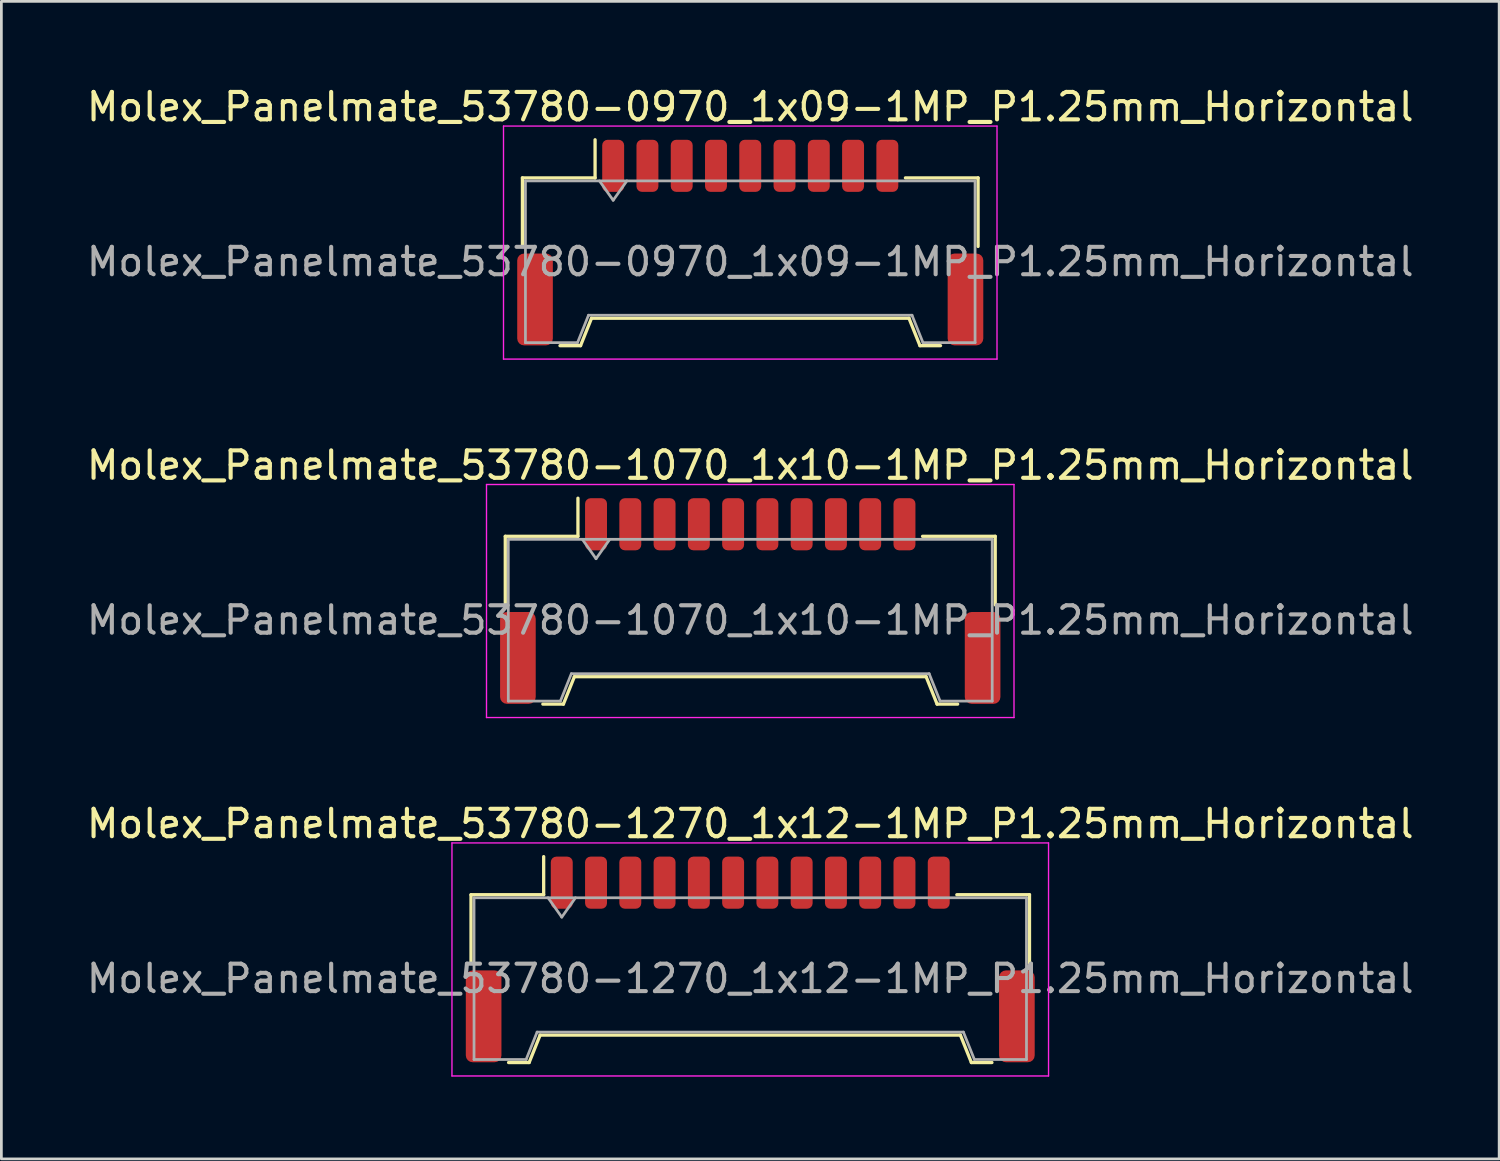
<source format=kicad_pcb>
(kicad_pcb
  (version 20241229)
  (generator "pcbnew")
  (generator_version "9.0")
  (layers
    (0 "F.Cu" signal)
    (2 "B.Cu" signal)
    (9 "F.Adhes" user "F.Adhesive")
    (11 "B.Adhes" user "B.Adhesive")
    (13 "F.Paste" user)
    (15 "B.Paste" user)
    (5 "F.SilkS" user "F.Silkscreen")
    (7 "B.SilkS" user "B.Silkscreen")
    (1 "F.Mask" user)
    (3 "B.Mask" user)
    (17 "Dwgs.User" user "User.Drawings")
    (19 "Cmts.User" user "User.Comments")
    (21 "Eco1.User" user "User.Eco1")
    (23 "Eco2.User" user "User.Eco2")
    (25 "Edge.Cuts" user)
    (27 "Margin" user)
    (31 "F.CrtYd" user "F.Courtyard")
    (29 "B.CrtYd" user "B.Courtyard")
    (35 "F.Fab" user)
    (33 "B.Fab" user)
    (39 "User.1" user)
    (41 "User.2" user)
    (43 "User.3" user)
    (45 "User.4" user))
  (footprint "Molex_Panelmate_53780-1070_1x10-1MP_P1.25mm_Horizontal"
    (layer "F.Cu")
    (at 24.315 18.872)
    (property "Reference" "Molex_Panelmate_53780-1070_1x10-1MP_P1.25mm_Horizontal" (at 0 -4.95 0) (layer "F.SilkS") (effects (font (size 1 1) (thickness 0.15))))
    (attr smd)
    (fp_line (start -8.935 -2.36) (end -6.285 -2.36) (stroke (width 0.12) (type solid)) (layer "F.SilkS"))
    (fp_line (start -8.935 0.14) (end -8.935 -2.36) (stroke (width 0.12) (type solid)) (layer "F.SilkS"))
    (fp_line (start -7.565 3.76) (end -6.815 3.76) (stroke (width 0.12) (type solid)) (layer "F.SilkS"))
    (fp_line (start -6.815 3.76) (end -6.415 2.76) (stroke (width 0.12) (type solid)) (layer "F.SilkS"))
    (fp_line (start -6.415 2.76) (end 6.415 2.76) (stroke (width 0.12) (type solid)) (layer "F.SilkS"))
    (fp_line (start -6.285 -2.36) (end -6.285 -3.75) (stroke (width 0.12) (type solid)) (layer "F.SilkS"))
    (fp_line (start 6.415 2.76) (end 6.815 3.76) (stroke (width 0.12) (type solid)) (layer "F.SilkS"))
    (fp_line (start 6.815 3.76) (end 7.565 3.76) (stroke (width 0.12) (type solid)) (layer "F.SilkS"))
    (fp_line (start 8.935 -2.36) (end 6.285 -2.36) (stroke (width 0.12) (type solid)) (layer "F.SilkS"))
    (fp_line (start 8.935 0.14) (end 8.935 -2.36) (stroke (width 0.12) (type solid)) (layer "F.SilkS"))
    (fp_line (start -9.62 -4.25) (end -9.62 4.25) (stroke (width 0.05) (type solid)) (layer "F.CrtYd"))
    (fp_line (start -9.62 4.25) (end 9.62 4.25) (stroke (width 0.05) (type solid)) (layer "F.CrtYd"))
    (fp_line (start 9.62 -4.25) (end -9.62 -4.25) (stroke (width 0.05) (type solid)) (layer "F.CrtYd"))
    (fp_line (start 9.62 4.25) (end 9.62 -4.25) (stroke (width 0.05) (type solid)) (layer "F.CrtYd"))
    (fp_line (start -8.825 -2.25) (end -8.825 3.65) (stroke (width 0.1) (type solid)) (layer "F.Fab"))
    (fp_line (start -8.825 -2.25) (end 8.825 -2.25) (stroke (width 0.1) (type solid)) (layer "F.Fab"))
    (fp_line (start -8.825 3.65) (end -6.925 3.65) (stroke (width 0.1) (type solid)) (layer "F.Fab"))
    (fp_line (start -6.925 3.65) (end -6.525 2.65) (stroke (width 0.1) (type solid)) (layer "F.Fab"))
    (fp_line (start -6.525 2.65) (end 6.525 2.65) (stroke (width 0.1) (type solid)) (layer "F.Fab"))
    (fp_line (start -6.125 -2.25) (end -5.625 -1.543) (stroke (width 0.1) (type solid)) (layer "F.Fab"))
    (fp_line (start -5.625 -1.543) (end -5.125 -2.25) (stroke (width 0.1) (type solid)) (layer "F.Fab"))
    (fp_line (start 6.525 2.65) (end 6.925 3.65) (stroke (width 0.1) (type solid)) (layer "F.Fab"))
    (fp_line (start 6.925 3.65) (end 8.825 3.65) (stroke (width 0.1) (type solid)) (layer "F.Fab"))
    (fp_line (start 8.825 -2.25) (end 8.825 3.65) (stroke (width 0.1) (type solid)) (layer "F.Fab"))
    (fp_text user "${REFERENCE}" (at 0 0.7 0) (layer "F.Fab") (effects (font (size 1 1) (thickness 0.15))))
    (pad "1" smd roundrect (at -5.625 -2.8) (size 0.8 1.9) (layers "F.Cu" "F.Mask" "F.Paste") (roundrect_rratio 0.25))
    (pad "2" smd roundrect (at -4.375 -2.8) (size 0.8 1.9) (layers "F.Cu" "F.Mask" "F.Paste") (roundrect_rratio 0.25))
    (pad "3" smd roundrect (at -3.125 -2.8) (size 0.8 1.9) (layers "F.Cu" "F.Mask" "F.Paste") (roundrect_rratio 0.25))
    (pad "4" smd roundrect (at -1.875 -2.8) (size 0.8 1.9) (layers "F.Cu" "F.Mask" "F.Paste") (roundrect_rratio 0.25))
    (pad "5" smd roundrect (at -0.625 -2.8) (size 0.8 1.9) (layers "F.Cu" "F.Mask" "F.Paste") (roundrect_rratio 0.25))
    (pad "6" smd roundrect (at 0.625 -2.8) (size 0.8 1.9) (layers "F.Cu" "F.Mask" "F.Paste") (roundrect_rratio 0.25))
    (pad "7" smd roundrect (at 1.875 -2.8) (size 0.8 1.9) (layers "F.Cu" "F.Mask" "F.Paste") (roundrect_rratio 0.25))
    (pad "8" smd roundrect (at 3.125 -2.8) (size 0.8 1.9) (layers "F.Cu" "F.Mask" "F.Paste") (roundrect_rratio 0.25))
    (pad "9" smd roundrect (at 4.375 -2.8) (size 0.8 1.9) (layers "F.Cu" "F.Mask" "F.Paste") (roundrect_rratio 0.25))
    (pad "10" smd roundrect (at 5.625 -2.8) (size 0.8 1.9) (layers "F.Cu" "F.Mask" "F.Paste") (roundrect_rratio 0.25))
    (pad "MP" smd roundrect (at -8.475 2.075) (size 1.3 3.35) (layers "F.Cu" "F.Mask" "F.Paste") (roundrect_rratio 0.192))
    (pad "MP" smd roundrect (at 8.475 2.075) (size 1.3 3.35) (layers "F.Cu" "F.Mask" "F.Paste") (roundrect_rratio 0.192)))
  (footprint "Molex_Panelmate_53780-0970_1x09-1MP_P1.25mm_Horizontal"
    (layer "F.Cu")
    (at 24.315 5.798)
    (property "Reference" "Molex_Panelmate_53780-0970_1x09-1MP_P1.25mm_Horizontal" (at 0 -4.95 0) (layer "F.SilkS") (effects (font (size 1 1) (thickness 0.15))))
    (attr smd)
    (fp_line (start -8.31 -2.36) (end -5.66 -2.36) (stroke (width 0.12) (type solid)) (layer "F.SilkS"))
    (fp_line (start -8.31 0.14) (end -8.31 -2.36) (stroke (width 0.12) (type solid)) (layer "F.SilkS"))
    (fp_line (start -6.94 3.76) (end -6.19 3.76) (stroke (width 0.12) (type solid)) (layer "F.SilkS"))
    (fp_line (start -6.19 3.76) (end -5.79 2.76) (stroke (width 0.12) (type solid)) (layer "F.SilkS"))
    (fp_line (start -5.79 2.76) (end 5.79 2.76) (stroke (width 0.12) (type solid)) (layer "F.SilkS"))
    (fp_line (start -5.66 -2.36) (end -5.66 -3.75) (stroke (width 0.12) (type solid)) (layer "F.SilkS"))
    (fp_line (start 5.79 2.76) (end 6.19 3.76) (stroke (width 0.12) (type solid)) (layer "F.SilkS"))
    (fp_line (start 6.19 3.76) (end 6.94 3.76) (stroke (width 0.12) (type solid)) (layer "F.SilkS"))
    (fp_line (start 8.31 -2.36) (end 5.66 -2.36) (stroke (width 0.12) (type solid)) (layer "F.SilkS"))
    (fp_line (start 8.31 0.14) (end 8.31 -2.36) (stroke (width 0.12) (type solid)) (layer "F.SilkS"))
    (fp_line (start -9 -4.25) (end -9 4.25) (stroke (width 0.05) (type solid)) (layer "F.CrtYd"))
    (fp_line (start -9 4.25) (end 9 4.25) (stroke (width 0.05) (type solid)) (layer "F.CrtYd"))
    (fp_line (start 9 -4.25) (end -9 -4.25) (stroke (width 0.05) (type solid)) (layer "F.CrtYd"))
    (fp_line (start 9 4.25) (end 9 -4.25) (stroke (width 0.05) (type solid)) (layer "F.CrtYd"))
    (fp_line (start -8.2 -2.25) (end -8.2 3.65) (stroke (width 0.1) (type solid)) (layer "F.Fab"))
    (fp_line (start -8.2 -2.25) (end 8.2 -2.25) (stroke (width 0.1) (type solid)) (layer "F.Fab"))
    (fp_line (start -8.2 3.65) (end -6.3 3.65) (stroke (width 0.1) (type solid)) (layer "F.Fab"))
    (fp_line (start -6.3 3.65) (end -5.9 2.65) (stroke (width 0.1) (type solid)) (layer "F.Fab"))
    (fp_line (start -5.9 2.65) (end 5.9 2.65) (stroke (width 0.1) (type solid)) (layer "F.Fab"))
    (fp_line (start -5.5 -2.25) (end -5 -1.543) (stroke (width 0.1) (type solid)) (layer "F.Fab"))
    (fp_line (start -5 -1.543) (end -4.5 -2.25) (stroke (width 0.1) (type solid)) (layer "F.Fab"))
    (fp_line (start 5.9 2.65) (end 6.3 3.65) (stroke (width 0.1) (type solid)) (layer "F.Fab"))
    (fp_line (start 6.3 3.65) (end 8.2 3.65) (stroke (width 0.1) (type solid)) (layer "F.Fab"))
    (fp_line (start 8.2 -2.25) (end 8.2 3.65) (stroke (width 0.1) (type solid)) (layer "F.Fab"))
    (fp_text user "${REFERENCE}" (at 0 0.7 0) (layer "F.Fab") (effects (font (size 1 1) (thickness 0.15))))
    (pad "1" smd roundrect (at -5 -2.8) (size 0.8 1.9) (layers "F.Cu" "F.Mask" "F.Paste") (roundrect_rratio 0.25))
    (pad "2" smd roundrect (at -3.75 -2.8) (size 0.8 1.9) (layers "F.Cu" "F.Mask" "F.Paste") (roundrect_rratio 0.25))
    (pad "3" smd roundrect (at -2.5 -2.8) (size 0.8 1.9) (layers "F.Cu" "F.Mask" "F.Paste") (roundrect_rratio 0.25))
    (pad "4" smd roundrect (at -1.25 -2.8) (size 0.8 1.9) (layers "F.Cu" "F.Mask" "F.Paste") (roundrect_rratio 0.25))
    (pad "5" smd roundrect (at 0 -2.8) (size 0.8 1.9) (layers "F.Cu" "F.Mask" "F.Paste") (roundrect_rratio 0.25))
    (pad "6" smd roundrect (at 1.25 -2.8) (size 0.8 1.9) (layers "F.Cu" "F.Mask" "F.Paste") (roundrect_rratio 0.25))
    (pad "7" smd roundrect (at 2.5 -2.8) (size 0.8 1.9) (layers "F.Cu" "F.Mask" "F.Paste") (roundrect_rratio 0.25))
    (pad "8" smd roundrect (at 3.75 -2.8) (size 0.8 1.9) (layers "F.Cu" "F.Mask" "F.Paste") (roundrect_rratio 0.25))
    (pad "9" smd roundrect (at 5 -2.8) (size 0.8 1.9) (layers "F.Cu" "F.Mask" "F.Paste") (roundrect_rratio 0.25))
    (pad "MP" smd roundrect (at -7.85 2.075) (size 1.3 3.35) (layers "F.Cu" "F.Mask" "F.Paste") (roundrect_rratio 0.192))
    (pad "MP" smd roundrect (at 7.85 2.075) (size 1.3 3.35) (layers "F.Cu" "F.Mask" "F.Paste") (roundrect_rratio 0.192)))
  (footprint "Molex_Panelmate_53780-1270_1x12-1MP_P1.25mm_Horizontal"
    (layer "F.Cu")
    (at 24.315 31.945)
    (property "Reference" "Molex_Panelmate_53780-1270_1x12-1MP_P1.25mm_Horizontal" (at 0 -4.95 0) (layer "F.SilkS") (effects (font (size 1 1) (thickness 0.15))))
    (attr smd)
    (fp_line (start -10.185 -2.36) (end -7.535 -2.36) (stroke (width 0.12) (type solid)) (layer "F.SilkS"))
    (fp_line (start -10.185 0.14) (end -10.185 -2.36) (stroke (width 0.12) (type solid)) (layer "F.SilkS"))
    (fp_line (start -8.815 3.76) (end -8.065 3.76) (stroke (width 0.12) (type solid)) (layer "F.SilkS"))
    (fp_line (start -8.065 3.76) (end -7.665 2.76) (stroke (width 0.12) (type solid)) (layer "F.SilkS"))
    (fp_line (start -7.665 2.76) (end 7.665 2.76) (stroke (width 0.12) (type solid)) (layer "F.SilkS"))
    (fp_line (start -7.535 -2.36) (end -7.535 -3.75) (stroke (width 0.12) (type solid)) (layer "F.SilkS"))
    (fp_line (start 7.665 2.76) (end 8.065 3.76) (stroke (width 0.12) (type solid)) (layer "F.SilkS"))
    (fp_line (start 8.065 3.76) (end 8.815 3.76) (stroke (width 0.12) (type solid)) (layer "F.SilkS"))
    (fp_line (start 10.185 -2.36) (end 7.535 -2.36) (stroke (width 0.12) (type solid)) (layer "F.SilkS"))
    (fp_line (start 10.185 0.14) (end 10.185 -2.36) (stroke (width 0.12) (type solid)) (layer "F.SilkS"))
    (fp_line (start -10.88 -4.25) (end -10.88 4.25) (stroke (width 0.05) (type solid)) (layer "F.CrtYd"))
    (fp_line (start -10.88 4.25) (end 10.88 4.25) (stroke (width 0.05) (type solid)) (layer "F.CrtYd"))
    (fp_line (start 10.88 -4.25) (end -10.88 -4.25) (stroke (width 0.05) (type solid)) (layer "F.CrtYd"))
    (fp_line (start 10.88 4.25) (end 10.88 -4.25) (stroke (width 0.05) (type solid)) (layer "F.CrtYd"))
    (fp_line (start -10.075 -2.25) (end -10.075 3.65) (stroke (width 0.1) (type solid)) (layer "F.Fab"))
    (fp_line (start -10.075 -2.25) (end 10.075 -2.25) (stroke (width 0.1) (type solid)) (layer "F.Fab"))
    (fp_line (start -10.075 3.65) (end -8.175 3.65) (stroke (width 0.1) (type solid)) (layer "F.Fab"))
    (fp_line (start -8.175 3.65) (end -7.775 2.65) (stroke (width 0.1) (type solid)) (layer "F.Fab"))
    (fp_line (start -7.775 2.65) (end 7.775 2.65) (stroke (width 0.1) (type solid)) (layer "F.Fab"))
    (fp_line (start -7.375 -2.25) (end -6.875 -1.543) (stroke (width 0.1) (type solid)) (layer "F.Fab"))
    (fp_line (start -6.875 -1.543) (end -6.375 -2.25) (stroke (width 0.1) (type solid)) (layer "F.Fab"))
    (fp_line (start 7.775 2.65) (end 8.175 3.65) (stroke (width 0.1) (type solid)) (layer "F.Fab"))
    (fp_line (start 8.175 3.65) (end 10.075 3.65) (stroke (width 0.1) (type solid)) (layer "F.Fab"))
    (fp_line (start 10.075 -2.25) (end 10.075 3.65) (stroke (width 0.1) (type solid)) (layer "F.Fab"))
    (fp_text user "${REFERENCE}" (at 0 0.7 0) (layer "F.Fab") (effects (font (size 1 1) (thickness 0.15))))
    (pad "1" smd roundrect (at -6.875 -2.8) (size 0.8 1.9) (layers "F.Cu" "F.Mask" "F.Paste") (roundrect_rratio 0.25))
    (pad "2" smd roundrect (at -5.625 -2.8) (size 0.8 1.9) (layers "F.Cu" "F.Mask" "F.Paste") (roundrect_rratio 0.25))
    (pad "3" smd roundrect (at -4.375 -2.8) (size 0.8 1.9) (layers "F.Cu" "F.Mask" "F.Paste") (roundrect_rratio 0.25))
    (pad "4" smd roundrect (at -3.125 -2.8) (size 0.8 1.9) (layers "F.Cu" "F.Mask" "F.Paste") (roundrect_rratio 0.25))
    (pad "5" smd roundrect (at -1.875 -2.8) (size 0.8 1.9) (layers "F.Cu" "F.Mask" "F.Paste") (roundrect_rratio 0.25))
    (pad "6" smd roundrect (at -0.625 -2.8) (size 0.8 1.9) (layers "F.Cu" "F.Mask" "F.Paste") (roundrect_rratio 0.25))
    (pad "7" smd roundrect (at 0.625 -2.8) (size 0.8 1.9) (layers "F.Cu" "F.Mask" "F.Paste") (roundrect_rratio 0.25))
    (pad "8" smd roundrect (at 1.875 -2.8) (size 0.8 1.9) (layers "F.Cu" "F.Mask" "F.Paste") (roundrect_rratio 0.25))
    (pad "9" smd roundrect (at 3.125 -2.8) (size 0.8 1.9) (layers "F.Cu" "F.Mask" "F.Paste") (roundrect_rratio 0.25))
    (pad "10" smd roundrect (at 4.375 -2.8) (size 0.8 1.9) (layers "F.Cu" "F.Mask" "F.Paste") (roundrect_rratio 0.25))
    (pad "11" smd roundrect (at 5.625 -2.8) (size 0.8 1.9) (layers "F.Cu" "F.Mask" "F.Paste") (roundrect_rratio 0.25))
    (pad "12" smd roundrect (at 6.875 -2.8) (size 0.8 1.9) (layers "F.Cu" "F.Mask" "F.Paste") (roundrect_rratio 0.25))
    (pad "MP" smd roundrect (at -9.725 2.075) (size 1.3 3.35) (layers "F.Cu" "F.Mask" "F.Paste") (roundrect_rratio 0.192))
    (pad "MP" smd roundrect (at 9.725 2.075) (size 1.3 3.35) (layers "F.Cu" "F.Mask" "F.Paste") (roundrect_rratio 0.192)))
  (gr_rect
    (start -3 -3)
    (end 51.631 39.22)
    (stroke (width 0.1) (type default))
    (fill no)
    (layer "Edge.Cuts")))
</source>
